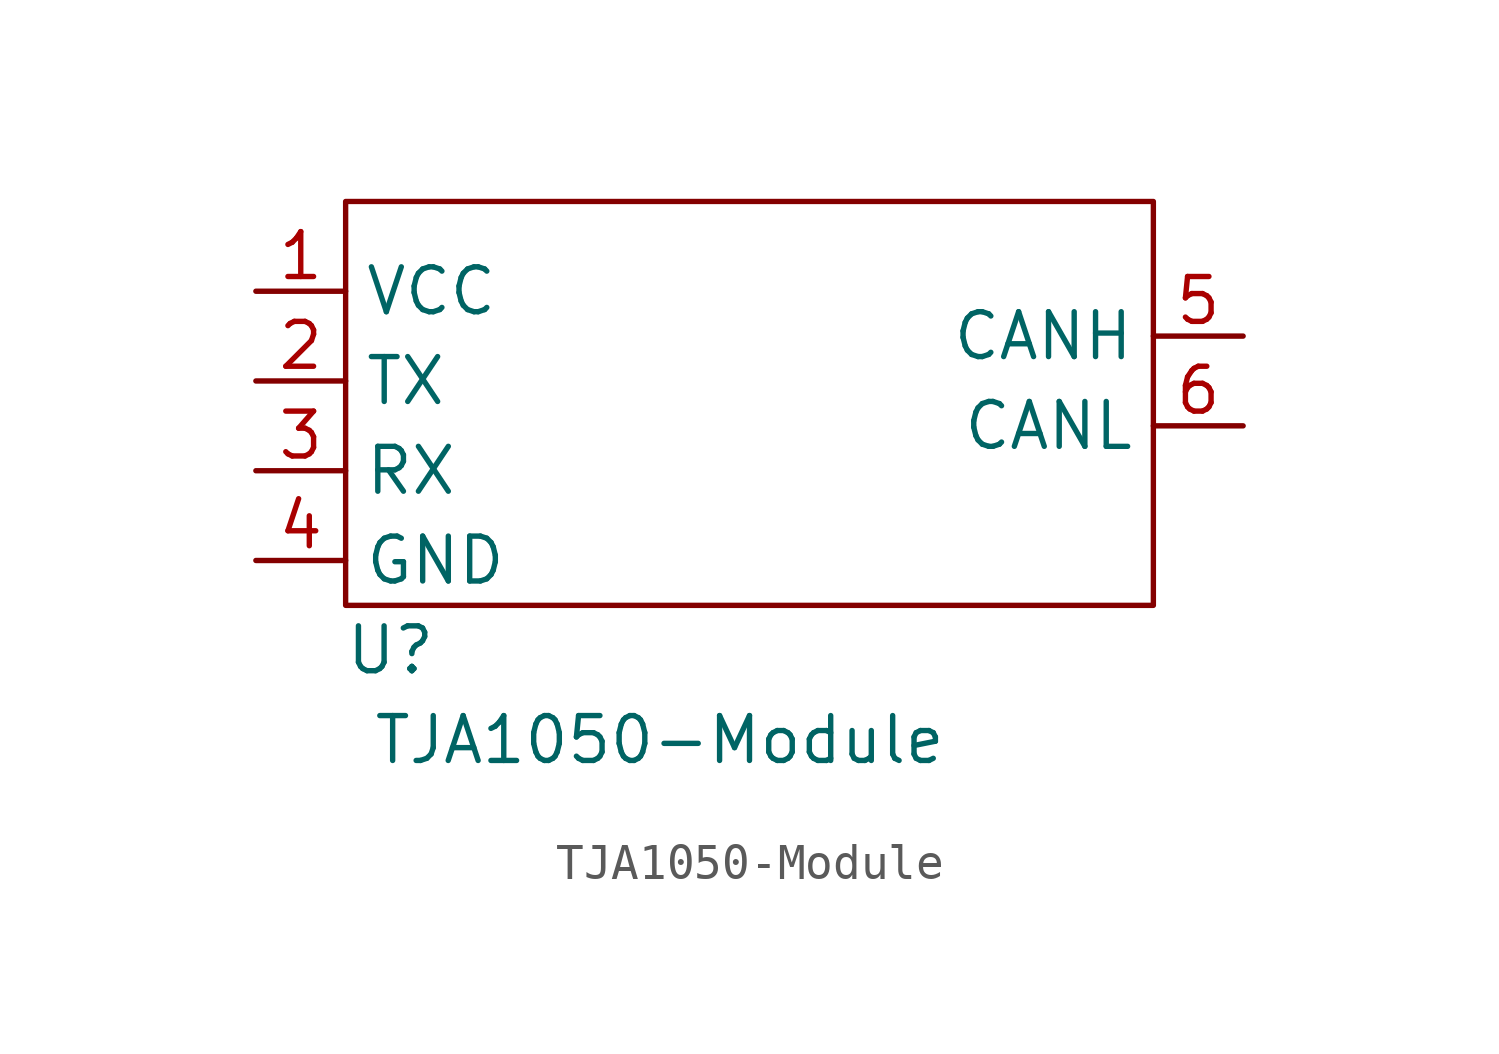
<source format=kicad_sym>
(kicad_symbol_lib
  (version 20211014)
  (generator kicad_symbol_editor)
  (symbol "TJA1050-Module"
    (property "Reference" "U"
      (at 1.27 -1.27 0)
      (effects (font (size 1.27 1.27))))
    (property "Value" "TJA1050-Module"
      (at 8.89 -3.81 0)
      (effects (font (size 1.27 1.27))))
    (symbol "TJA1050-Module_0_1"
      (rectangle (start 0 11.43) (end 22.86 0) (stroke (width 0.152) (type default) (color 0 0 0 0)) (fill (type none))))
    (symbol "TJA1050-Module_1_1"
      (pin passive line (at -2.54 8.89 0) (length 2.54) (name "VCC" (effects (font (size 1.27 1.27)))) (number "1" (effects (font (size 1.27 1.27)))))
      (pin passive line (at -2.54 6.35 0) (length 2.54) (name "TX" (effects (font (size 1.27 1.27)))) (number "2" (effects (font (size 1.27 1.27)))))
      (pin passive line (at -2.54 3.81 0) (length 2.54) (name "RX" (effects (font (size 1.27 1.27)))) (number "3" (effects (font (size 1.27 1.27)))))
      (pin passive line (at -2.54 1.27 0) (length 2.54) (name "GND" (effects (font (size 1.27 1.27)))) (number "4" (effects (font (size 1.27 1.27)))))
      (pin passive line (at 25.4 7.62 180) (length 2.54) (name "CANH" (effects (font (size 1.27 1.27)))) (number "5" (effects (font (size 1.27 1.27)))))
      (pin passive line (at 25.4 5.08 180) (length 2.54) (name "CANL" (effects (font (size 1.27 1.27)))) (number "6" (effects (font (size 1.27 1.27))))))))
</source>
